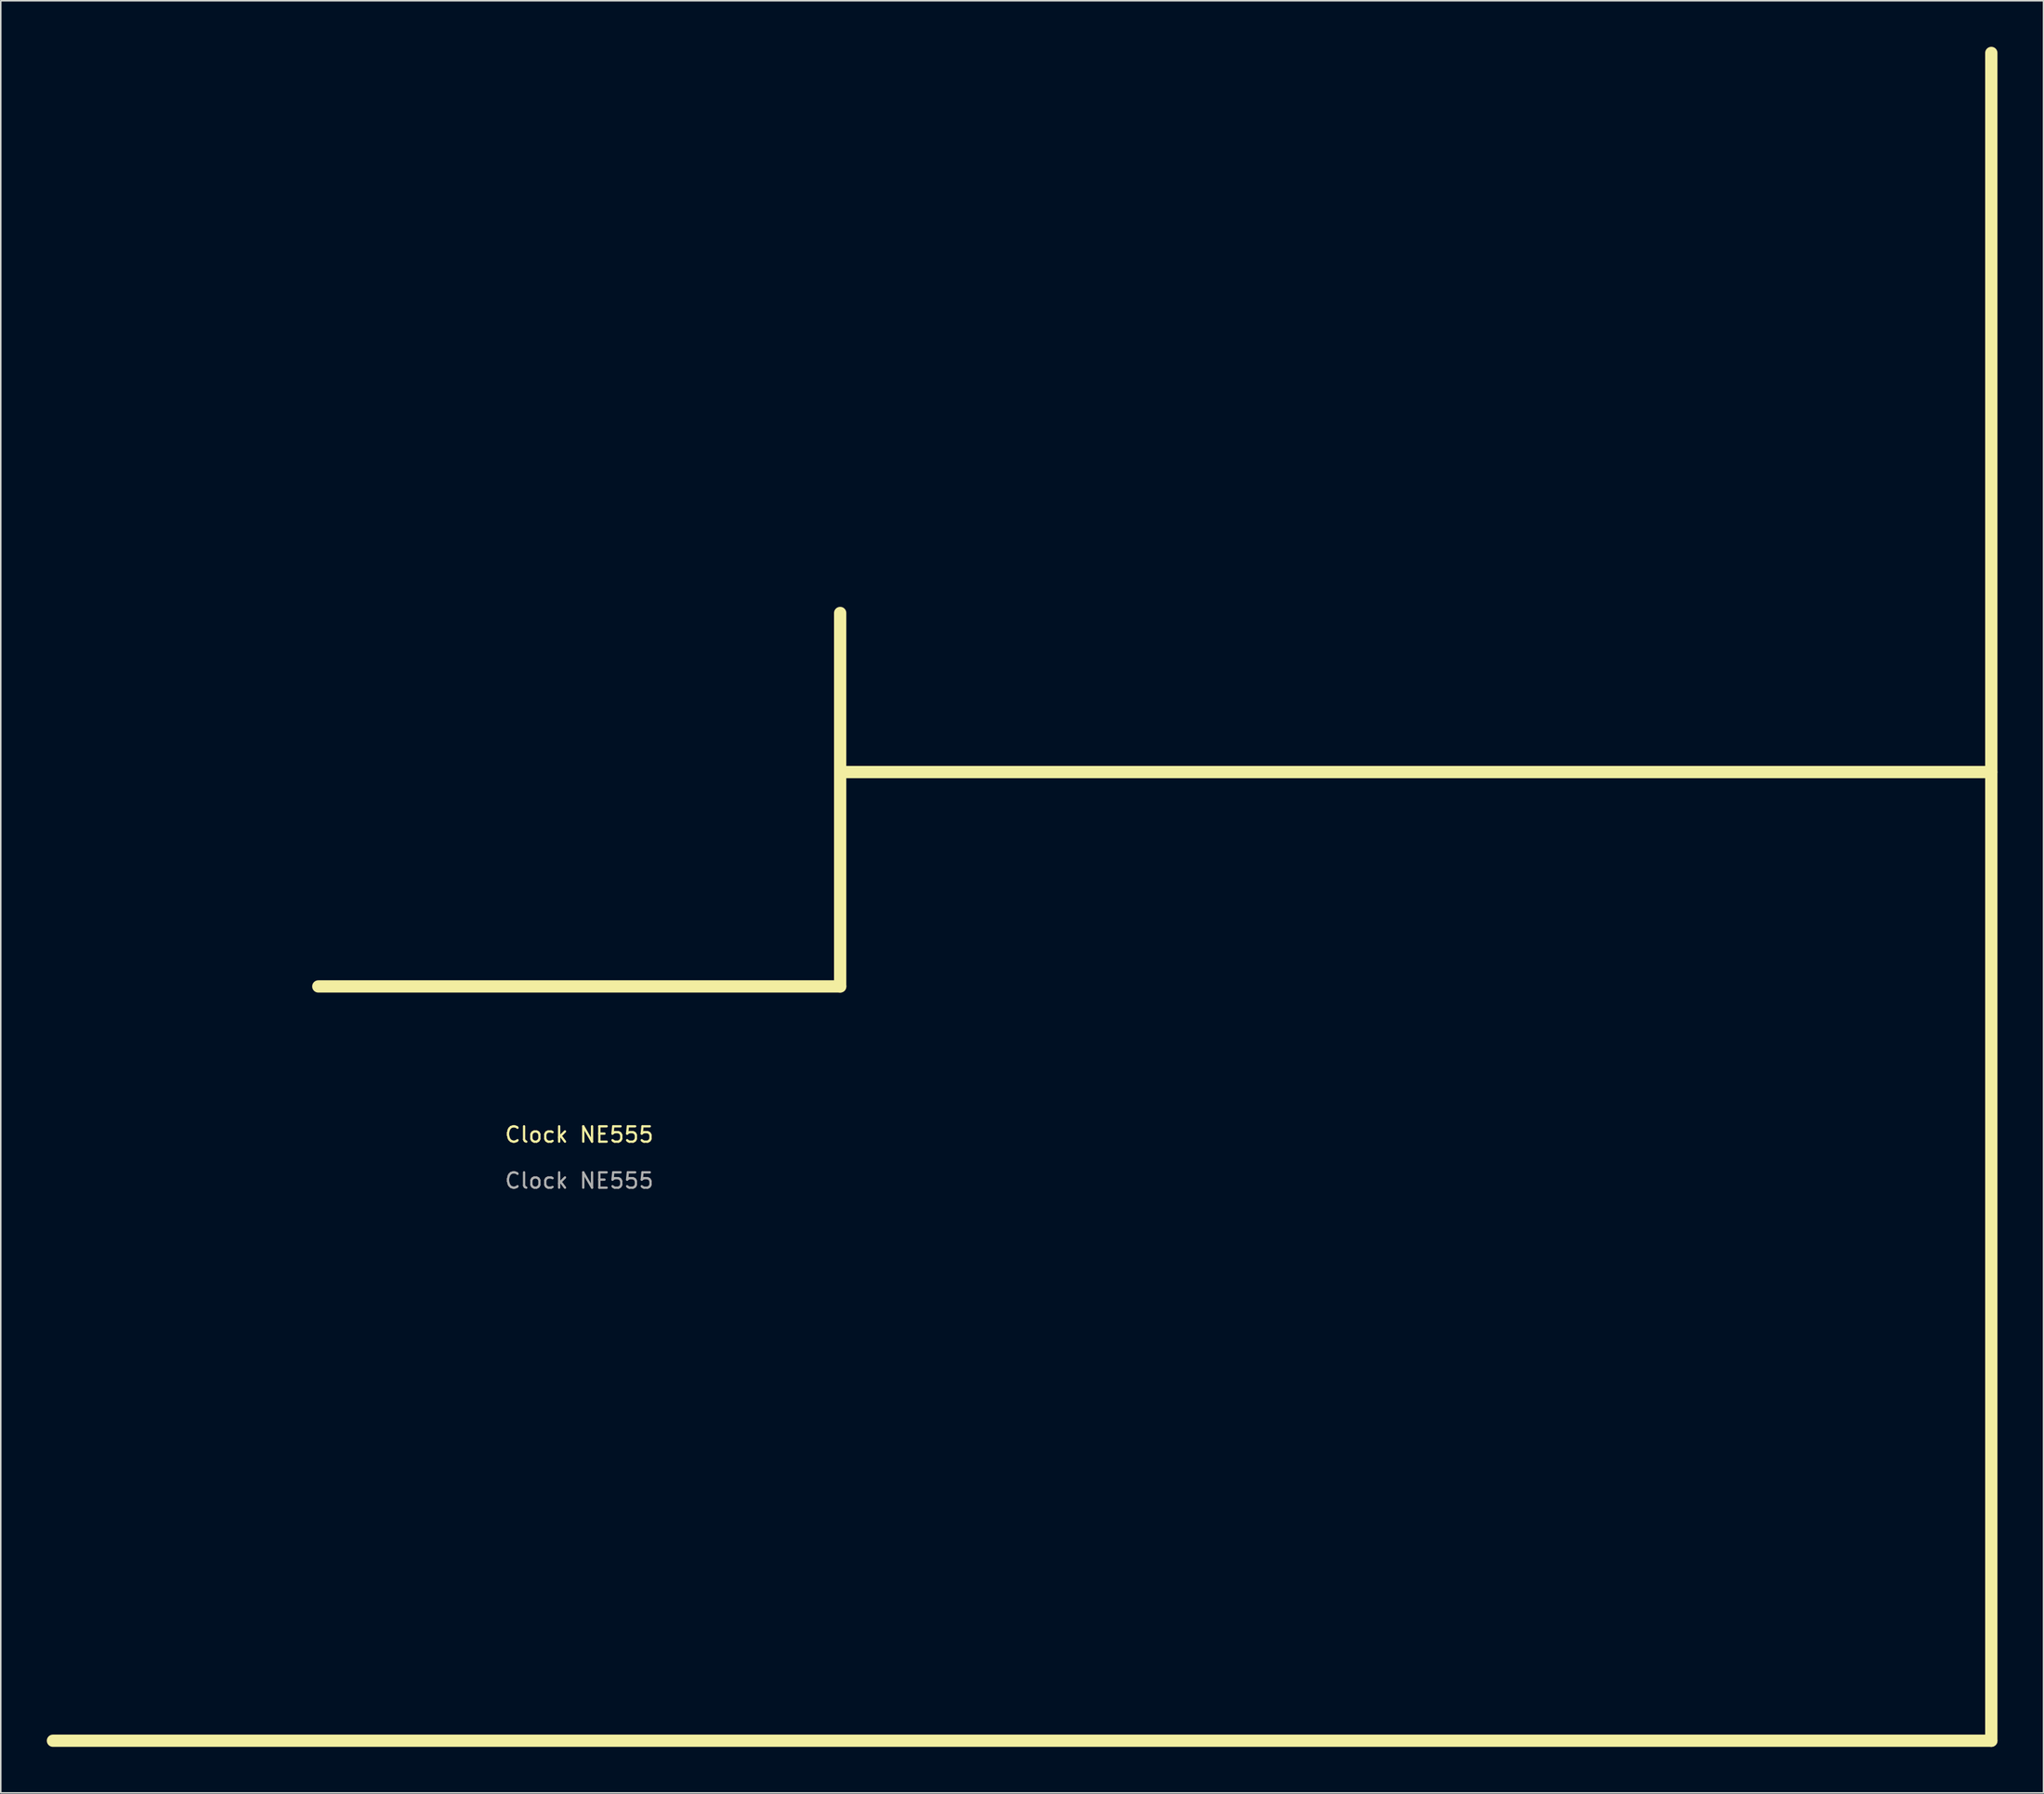
<source format=kicad_pcb>
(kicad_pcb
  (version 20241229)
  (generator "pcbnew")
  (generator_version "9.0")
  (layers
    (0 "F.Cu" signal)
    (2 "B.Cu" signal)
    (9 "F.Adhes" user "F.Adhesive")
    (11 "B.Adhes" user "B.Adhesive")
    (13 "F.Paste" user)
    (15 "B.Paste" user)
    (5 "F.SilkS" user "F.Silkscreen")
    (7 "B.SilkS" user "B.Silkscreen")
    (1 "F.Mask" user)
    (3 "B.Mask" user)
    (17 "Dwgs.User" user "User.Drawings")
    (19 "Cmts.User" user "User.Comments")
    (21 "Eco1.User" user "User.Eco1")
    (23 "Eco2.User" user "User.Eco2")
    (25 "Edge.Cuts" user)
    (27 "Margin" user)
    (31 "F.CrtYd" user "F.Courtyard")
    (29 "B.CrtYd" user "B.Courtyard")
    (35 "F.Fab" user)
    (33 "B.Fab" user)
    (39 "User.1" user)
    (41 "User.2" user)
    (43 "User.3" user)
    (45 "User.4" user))
  (footprint "Clock NE555"
    (layer "F.Cu")
    (at 34.69 71.4)
    (property "Reference" "Clock NE555" (at 0 -0.5 0) (unlocked yes) (layer "F.SilkS") (effects (font (size 1 1) (thickness 0.15))))
    (attr through_hole)
    (fp_line (start -17 -10.16) (end 17 -10.16) (stroke (width 0.8) (type solid)) (layer "F.SilkS"))
    (fp_line (start 17 -34.5) (end 17 -10.16) (stroke (width 0.8) (type solid)) (layer "F.SilkS"))
    (fp_line (start 17.145 -24.13) (end 92 -24.13) (stroke (width 0.8) (type solid)) (layer "F.SilkS"))
    (fp_line (start 92 -71) (end 92 39) (stroke (width 0.8) (type solid)) (layer "F.SilkS"))
    (fp_line (start 92 39) (end -34.29 39) (stroke (width 0.8) (type solid)) (layer "F.SilkS"))
    (fp_text user "${REFERENCE}" (at 0 2.5 0) (unlocked yes) (layer "F.Fab") (effects (font (size 1 1) (thickness 0.15)))))
  (gr_rect
    (start -3 -3)
    (end 130.09 113.8)
    (stroke (width 0.1) (type default))
    (fill no)
    (layer "Edge.Cuts")))
</source>
